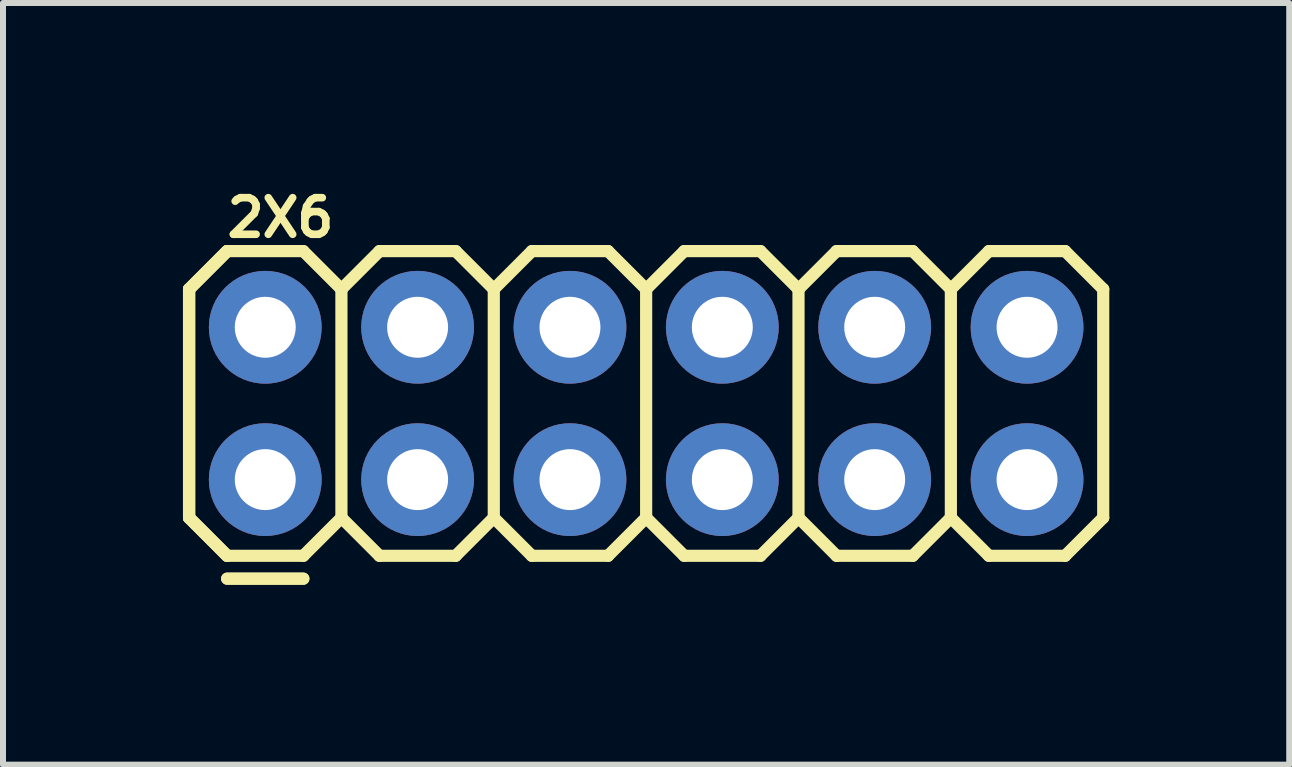
<source format=kicad_pcb>
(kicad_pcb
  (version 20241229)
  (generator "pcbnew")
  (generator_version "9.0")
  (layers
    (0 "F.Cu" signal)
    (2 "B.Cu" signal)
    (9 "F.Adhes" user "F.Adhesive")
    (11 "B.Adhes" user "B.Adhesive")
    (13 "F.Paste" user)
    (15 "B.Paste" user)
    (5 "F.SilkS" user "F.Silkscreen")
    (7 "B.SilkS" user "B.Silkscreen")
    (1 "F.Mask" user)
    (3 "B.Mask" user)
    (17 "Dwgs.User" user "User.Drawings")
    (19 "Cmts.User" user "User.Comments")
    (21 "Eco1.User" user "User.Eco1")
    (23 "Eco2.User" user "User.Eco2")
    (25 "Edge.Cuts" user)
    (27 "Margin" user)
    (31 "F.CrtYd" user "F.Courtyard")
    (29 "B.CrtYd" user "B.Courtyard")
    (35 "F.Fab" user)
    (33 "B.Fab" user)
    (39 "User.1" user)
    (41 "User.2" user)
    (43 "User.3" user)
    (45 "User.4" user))
  (footprint "2X6"
    (layer "F.Cu")
    (at 1.372 4.946)
    (property "Reference" "2X6" (at 0.254 -4.366 0) (layer "F.SilkS") (effects (font (size 0.61 0.61) (thickness 0.127))))
    (attr exclude_from_pos_files exclude_from_bom)
    (fp_line (start -1.27 -3.175) (end -0.635 -3.81) (stroke (width 0.203) (type solid)) (layer "F.SilkS"))
    (fp_line (start -1.27 -3.175) (end -0.635 -3.81) (stroke (width 0.203) (type solid)) (layer "F.SilkS"))
    (fp_line (start -1.27 -3.175) (end -0.635 -3.81) (stroke (width 0.203) (type solid)) (layer "F.SilkS"))
    (fp_line (start -1.27 0.635) (end -1.27 -3.175) (stroke (width 0.203) (type solid)) (layer "F.SilkS"))
    (fp_line (start -1.27 0.635) (end -1.27 -3.175) (stroke (width 0.203) (type solid)) (layer "F.SilkS"))
    (fp_line (start -1.27 0.635) (end -1.27 -3.175) (stroke (width 0.203) (type solid)) (layer "F.SilkS"))
    (fp_line (start -1.27 0.635) (end -0.635 1.27) (stroke (width 0.203) (type solid)) (layer "F.SilkS"))
    (fp_line (start -1.27 0.635) (end -0.635 1.27) (stroke (width 0.203) (type solid)) (layer "F.SilkS"))
    (fp_line (start -1.27 0.635) (end -0.635 1.27) (stroke (width 0.203) (type solid)) (layer "F.SilkS"))
    (fp_line (start -0.635 -3.81) (end 0.635 -3.81) (stroke (width 0.203) (type solid)) (layer "F.SilkS"))
    (fp_line (start -0.635 1.27) (end 0.635 1.27) (stroke (width 0.203) (type solid)) (layer "F.SilkS"))
    (fp_line (start -0.635 1.651) (end 0.635 1.651) (stroke (width 0.203) (type solid)) (layer "F.SilkS"))
    (fp_line (start 0.635 -3.81) (end 1.27 -3.175) (stroke (width 0.203) (type solid)) (layer "F.SilkS"))
    (fp_line (start 0.635 1.27) (end 1.27 0.635) (stroke (width 0.203) (type solid)) (layer "F.SilkS"))
    (fp_line (start 0.635 1.651) (end -0.635 1.651) (stroke (width 0.203) (type solid)) (layer "F.SilkS"))
    (fp_line (start 1.27 -3.175) (end 1.27 0.635) (stroke (width 0.203) (type solid)) (layer "F.SilkS"))
    (fp_line (start 1.27 -3.175) (end 1.905 -3.81) (stroke (width 0.203) (type solid)) (layer "F.SilkS"))
    (fp_line (start 1.27 0.635) (end 1.905 1.27) (stroke (width 0.203) (type solid)) (layer "F.SilkS"))
    (fp_line (start 1.905 -3.81) (end 3.175 -3.81) (stroke (width 0.203) (type solid)) (layer "F.SilkS"))
    (fp_line (start 1.905 1.27) (end 3.175 1.27) (stroke (width 0.203) (type solid)) (layer "F.SilkS"))
    (fp_line (start 3.175 -3.81) (end 3.81 -3.175) (stroke (width 0.203) (type solid)) (layer "F.SilkS"))
    (fp_line (start 3.175 1.27) (end 3.81 0.635) (stroke (width 0.203) (type solid)) (layer "F.SilkS"))
    (fp_line (start 3.81 -3.175) (end 3.81 0.635) (stroke (width 0.203) (type solid)) (layer "F.SilkS"))
    (fp_line (start 3.81 -3.175) (end 4.445 -3.81) (stroke (width 0.203) (type solid)) (layer "F.SilkS"))
    (fp_line (start 3.81 0.635) (end 4.445 1.27) (stroke (width 0.203) (type solid)) (layer "F.SilkS"))
    (fp_line (start 4.445 -3.81) (end 5.715 -3.81) (stroke (width 0.203) (type solid)) (layer "F.SilkS"))
    (fp_line (start 4.445 1.27) (end 5.715 1.27) (stroke (width 0.203) (type solid)) (layer "F.SilkS"))
    (fp_line (start 5.715 -3.81) (end 6.35 -3.175) (stroke (width 0.203) (type solid)) (layer "F.SilkS"))
    (fp_line (start 5.715 1.27) (end 6.35 0.635) (stroke (width 0.203) (type solid)) (layer "F.SilkS"))
    (fp_line (start 6.35 -3.175) (end 6.35 0.635) (stroke (width 0.203) (type solid)) (layer "F.SilkS"))
    (fp_line (start 6.35 -3.175) (end 6.985 -3.81) (stroke (width 0.203) (type solid)) (layer "F.SilkS"))
    (fp_line (start 6.35 0.635) (end 6.985 1.27) (stroke (width 0.203) (type solid)) (layer "F.SilkS"))
    (fp_line (start 6.985 -3.81) (end 8.255 -3.81) (stroke (width 0.203) (type solid)) (layer "F.SilkS"))
    (fp_line (start 6.985 1.27) (end 8.255 1.27) (stroke (width 0.203) (type solid)) (layer "F.SilkS"))
    (fp_line (start 8.255 -3.81) (end 8.89 -3.175) (stroke (width 0.203) (type solid)) (layer "F.SilkS"))
    (fp_line (start 8.255 1.27) (end 8.89 0.635) (stroke (width 0.203) (type solid)) (layer "F.SilkS"))
    (fp_line (start 8.89 -3.175) (end 8.89 0.635) (stroke (width 0.203) (type solid)) (layer "F.SilkS"))
    (fp_line (start 8.89 -3.175) (end 9.525 -3.81) (stroke (width 0.203) (type solid)) (layer "F.SilkS"))
    (fp_line (start 8.89 0.635) (end 9.525 1.27) (stroke (width 0.203) (type solid)) (layer "F.SilkS"))
    (fp_line (start 9.525 -3.81) (end 10.795 -3.81) (stroke (width 0.203) (type solid)) (layer "F.SilkS"))
    (fp_line (start 9.525 1.27) (end 10.795 1.27) (stroke (width 0.203) (type solid)) (layer "F.SilkS"))
    (fp_line (start 10.795 -3.81) (end 11.43 -3.175) (stroke (width 0.203) (type solid)) (layer "F.SilkS"))
    (fp_line (start 10.795 1.27) (end 11.43 0.635) (stroke (width 0.203) (type solid)) (layer "F.SilkS"))
    (fp_line (start 11.43 -3.175) (end 11.43 0.635) (stroke (width 0.203) (type solid)) (layer "F.SilkS"))
    (fp_line (start 11.43 -3.175) (end 12.065 -3.81) (stroke (width 0.203) (type solid)) (layer "F.SilkS"))
    (fp_line (start 11.43 0.635) (end 12.065 1.27) (stroke (width 0.203) (type solid)) (layer "F.SilkS"))
    (fp_line (start 12.065 -3.81) (end 13.335 -3.81) (stroke (width 0.203) (type solid)) (layer "F.SilkS"))
    (fp_line (start 12.065 1.27) (end 13.335 1.27) (stroke (width 0.203) (type solid)) (layer "F.SilkS"))
    (fp_line (start 13.335 -3.81) (end 13.97 -3.175) (stroke (width 0.203) (type solid)) (layer "F.SilkS"))
    (fp_line (start 13.335 1.27) (end 13.97 0.635) (stroke (width 0.203) (type solid)) (layer "F.SilkS"))
    (fp_line (start 13.97 -3.175) (end 13.97 0.635) (stroke (width 0.203) (type solid)) (layer "F.SilkS"))
    (fp_line (start -0.254 -2.794) (end 0.254 -2.794) (stroke (width 0.066) (type solid)) (layer "Dwgs.User"))
    (fp_line (start -0.254 -2.286) (end -0.254 -2.794) (stroke (width 0.066) (type solid)) (layer "Dwgs.User"))
    (fp_line (start -0.254 -2.286) (end 0.254 -2.286) (stroke (width 0.066) (type solid)) (layer "Dwgs.User"))
    (fp_line (start -0.254 -0.254) (end 0.254 -0.254) (stroke (width 0.066) (type solid)) (layer "Dwgs.User"))
    (fp_line (start -0.254 0.254) (end -0.254 -0.254) (stroke (width 0.066) (type solid)) (layer "Dwgs.User"))
    (fp_line (start -0.254 0.254) (end 0.254 0.254) (stroke (width 0.066) (type solid)) (layer "Dwgs.User"))
    (fp_line (start 0.254 -2.286) (end 0.254 -2.794) (stroke (width 0.066) (type solid)) (layer "Dwgs.User"))
    (fp_line (start 0.254 0.254) (end 0.254 -0.254) (stroke (width 0.066) (type solid)) (layer "Dwgs.User"))
    (fp_line (start 2.286 -2.794) (end 2.794 -2.794) (stroke (width 0.066) (type solid)) (layer "Dwgs.User"))
    (fp_line (start 2.286 -2.286) (end 2.286 -2.794) (stroke (width 0.066) (type solid)) (layer "Dwgs.User"))
    (fp_line (start 2.286 -2.286) (end 2.794 -2.286) (stroke (width 0.066) (type solid)) (layer "Dwgs.User"))
    (fp_line (start 2.286 -0.254) (end 2.794 -0.254) (stroke (width 0.066) (type solid)) (layer "Dwgs.User"))
    (fp_line (start 2.286 0.254) (end 2.286 -0.254) (stroke (width 0.066) (type solid)) (layer "Dwgs.User"))
    (fp_line (start 2.286 0.254) (end 2.794 0.254) (stroke (width 0.066) (type solid)) (layer "Dwgs.User"))
    (fp_line (start 2.794 -2.286) (end 2.794 -2.794) (stroke (width 0.066) (type solid)) (layer "Dwgs.User"))
    (fp_line (start 2.794 0.254) (end 2.794 -0.254) (stroke (width 0.066) (type solid)) (layer "Dwgs.User"))
    (fp_line (start 4.826 -2.794) (end 5.334 -2.794) (stroke (width 0.066) (type solid)) (layer "Dwgs.User"))
    (fp_line (start 4.826 -2.286) (end 4.826 -2.794) (stroke (width 0.066) (type solid)) (layer "Dwgs.User"))
    (fp_line (start 4.826 -2.286) (end 5.334 -2.286) (stroke (width 0.066) (type solid)) (layer "Dwgs.User"))
    (fp_line (start 4.826 -0.254) (end 5.334 -0.254) (stroke (width 0.066) (type solid)) (layer "Dwgs.User"))
    (fp_line (start 4.826 0.254) (end 4.826 -0.254) (stroke (width 0.066) (type solid)) (layer "Dwgs.User"))
    (fp_line (start 4.826 0.254) (end 5.334 0.254) (stroke (width 0.066) (type solid)) (layer "Dwgs.User"))
    (fp_line (start 5.334 -2.286) (end 5.334 -2.794) (stroke (width 0.066) (type solid)) (layer "Dwgs.User"))
    (fp_line (start 5.334 0.254) (end 5.334 -0.254) (stroke (width 0.066) (type solid)) (layer "Dwgs.User"))
    (fp_line (start 7.366 -2.794) (end 7.874 -2.794) (stroke (width 0.066) (type solid)) (layer "Dwgs.User"))
    (fp_line (start 7.366 -2.286) (end 7.366 -2.794) (stroke (width 0.066) (type solid)) (layer "Dwgs.User"))
    (fp_line (start 7.366 -2.286) (end 7.874 -2.286) (stroke (width 0.066) (type solid)) (layer "Dwgs.User"))
    (fp_line (start 7.366 -0.254) (end 7.874 -0.254) (stroke (width 0.066) (type solid)) (layer "Dwgs.User"))
    (fp_line (start 7.366 0.254) (end 7.366 -0.254) (stroke (width 0.066) (type solid)) (layer "Dwgs.User"))
    (fp_line (start 7.366 0.254) (end 7.874 0.254) (stroke (width 0.066) (type solid)) (layer "Dwgs.User"))
    (fp_line (start 7.874 -2.286) (end 7.874 -2.794) (stroke (width 0.066) (type solid)) (layer "Dwgs.User"))
    (fp_line (start 7.874 0.254) (end 7.874 -0.254) (stroke (width 0.066) (type solid)) (layer "Dwgs.User"))
    (fp_line (start 9.906 -2.794) (end 10.414 -2.794) (stroke (width 0.066) (type solid)) (layer "Dwgs.User"))
    (fp_line (start 9.906 -2.286) (end 9.906 -2.794) (stroke (width 0.066) (type solid)) (layer "Dwgs.User"))
    (fp_line (start 9.906 -2.286) (end 10.414 -2.286) (stroke (width 0.066) (type solid)) (layer "Dwgs.User"))
    (fp_line (start 9.906 -0.254) (end 10.414 -0.254) (stroke (width 0.066) (type solid)) (layer "Dwgs.User"))
    (fp_line (start 9.906 0.254) (end 9.906 -0.254) (stroke (width 0.066) (type solid)) (layer "Dwgs.User"))
    (fp_line (start 9.906 0.254) (end 10.414 0.254) (stroke (width 0.066) (type solid)) (layer "Dwgs.User"))
    (fp_line (start 10.414 -2.286) (end 10.414 -2.794) (stroke (width 0.066) (type solid)) (layer "Dwgs.User"))
    (fp_line (start 10.414 0.254) (end 10.414 -0.254) (stroke (width 0.066) (type solid)) (layer "Dwgs.User"))
    (fp_line (start 12.446 -2.794) (end 12.954 -2.794) (stroke (width 0.066) (type solid)) (layer "Dwgs.User"))
    (fp_line (start 12.446 -2.286) (end 12.446 -2.794) (stroke (width 0.066) (type solid)) (layer "Dwgs.User"))
    (fp_line (start 12.446 -2.286) (end 12.954 -2.286) (stroke (width 0.066) (type solid)) (layer "Dwgs.User"))
    (fp_line (start 12.446 -0.254) (end 12.954 -0.254) (stroke (width 0.066) (type solid)) (layer "Dwgs.User"))
    (fp_line (start 12.446 0.254) (end 12.446 -0.254) (stroke (width 0.066) (type solid)) (layer "Dwgs.User"))
    (fp_line (start 12.446 0.254) (end 12.954 0.254) (stroke (width 0.066) (type solid)) (layer "Dwgs.User"))
    (fp_line (start 12.954 -2.286) (end 12.954 -2.794) (stroke (width 0.066) (type solid)) (layer "Dwgs.User"))
    (fp_line (start 12.954 0.254) (end 12.954 -0.254) (stroke (width 0.066) (type solid)) (layer "Dwgs.User"))
    (pad "1" thru_hole circle (at 0 0) (size 1.88 1.88) (drill 1.016) (layers "*.Cu" "*.Paste" "*.Mask"))
    (pad "2" thru_hole circle (at 0 -2.54) (size 1.88 1.88) (drill 1.016) (layers "*.Cu" "*.Paste" "*.Mask"))
    (pad "3" thru_hole circle (at 2.54 0) (size 1.88 1.88) (drill 1.016) (layers "*.Cu" "*.Paste" "*.Mask"))
    (pad "4" thru_hole circle (at 2.54 -2.54) (size 1.88 1.88) (drill 1.016) (layers "*.Cu" "*.Paste" "*.Mask"))
    (pad "5" thru_hole circle (at 5.08 0) (size 1.88 1.88) (drill 1.016) (layers "*.Cu" "*.Paste" "*.Mask"))
    (pad "6" thru_hole circle (at 5.08 -2.54) (size 1.88 1.88) (drill 1.016) (layers "*.Cu" "*.Paste" "*.Mask"))
    (pad "7" thru_hole circle (at 7.62 0) (size 1.88 1.88) (drill 1.016) (layers "*.Cu" "*.Paste" "*.Mask"))
    (pad "8" thru_hole circle (at 7.62 -2.54) (size 1.88 1.88) (drill 1.016) (layers "*.Cu" "*.Paste" "*.Mask"))
    (pad "9" thru_hole circle (at 10.16 0) (size 1.88 1.88) (drill 1.016) (layers "*.Cu" "*.Paste" "*.Mask"))
    (pad "10" thru_hole circle (at 10.16 -2.54) (size 1.88 1.88) (drill 1.016) (layers "*.Cu" "*.Paste" "*.Mask"))
    (pad "11" thru_hole circle (at 12.7 0) (size 1.88 1.88) (drill 1.016) (layers "*.Cu" "*.Paste" "*.Mask"))
    (pad "12" thru_hole circle (at 12.7 -2.54) (size 1.88 1.88) (drill 1.016) (layers "*.Cu" "*.Paste" "*.Mask")))
  (gr_rect
    (start -3 -3)
    (end 18.443 9.698)
    (stroke (width 0.1) (type default))
    (fill no)
    (layer "Edge.Cuts")))
</source>
